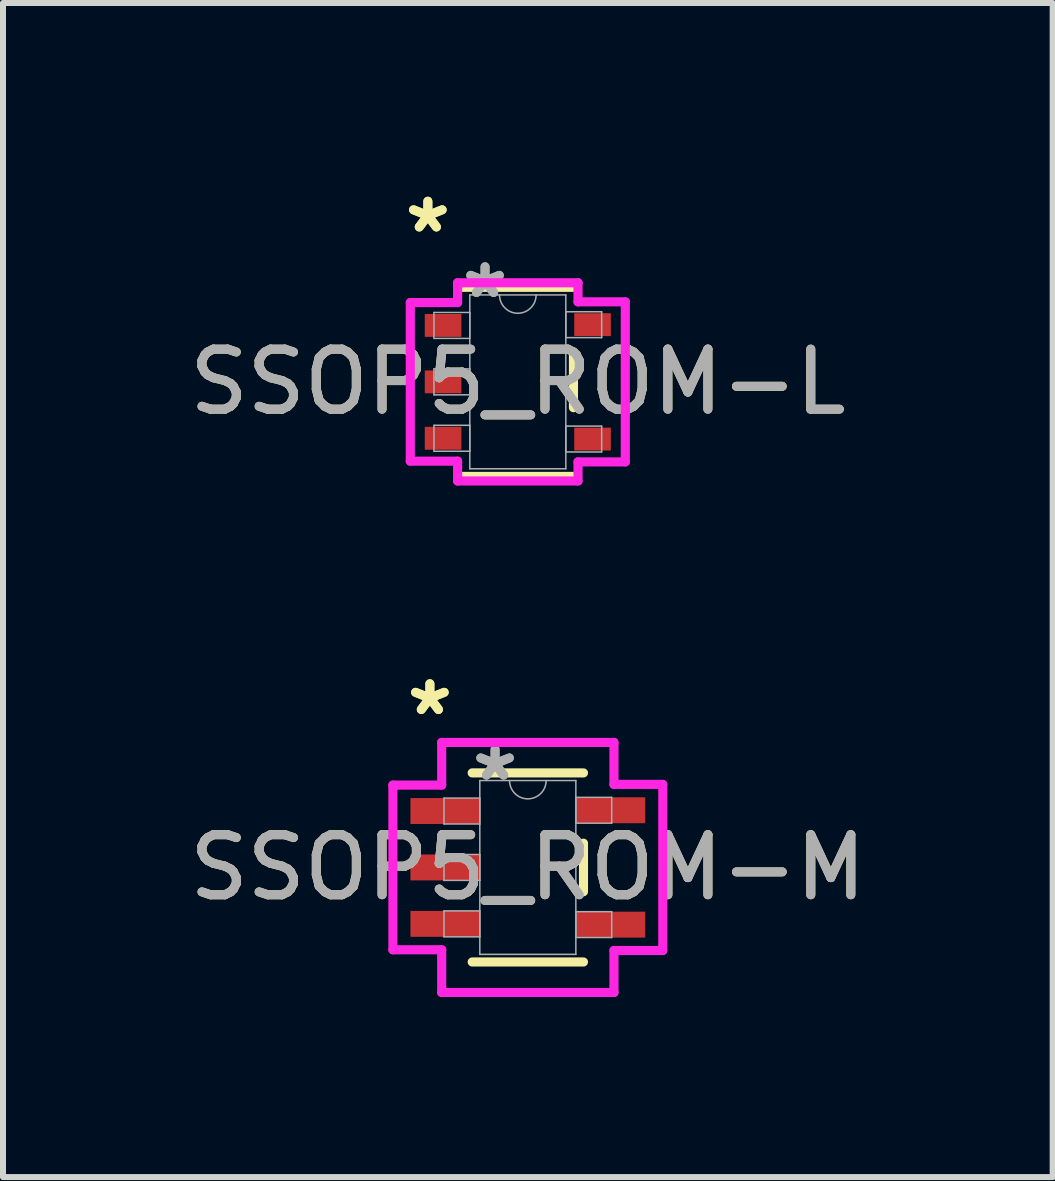
<source format=kicad_pcb>
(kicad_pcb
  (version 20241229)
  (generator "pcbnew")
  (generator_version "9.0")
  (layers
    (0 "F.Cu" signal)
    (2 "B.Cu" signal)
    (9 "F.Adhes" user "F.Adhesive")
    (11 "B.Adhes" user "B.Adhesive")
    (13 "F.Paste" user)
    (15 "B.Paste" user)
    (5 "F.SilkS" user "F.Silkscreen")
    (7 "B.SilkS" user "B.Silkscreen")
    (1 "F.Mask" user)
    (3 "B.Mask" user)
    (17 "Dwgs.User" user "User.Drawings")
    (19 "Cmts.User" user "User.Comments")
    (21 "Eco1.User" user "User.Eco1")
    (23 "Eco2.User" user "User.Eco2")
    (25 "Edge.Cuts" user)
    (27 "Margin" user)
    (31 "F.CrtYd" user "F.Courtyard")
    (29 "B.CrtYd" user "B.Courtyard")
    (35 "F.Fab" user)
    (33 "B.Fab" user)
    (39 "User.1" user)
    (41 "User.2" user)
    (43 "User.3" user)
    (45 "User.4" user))
  (footprint "SSOP5_ROM-L"
    (layer "F.Cu")
    (at 5.577 3.312)
    (property "Reference" "SSOP5_ROM-L" (at 0 0 0) (unlocked yes) (layer "F.SilkS") (effects (font (size 1 1) (thickness 0.15))))
    (attr smd)
    (fp_line (start -0.927 1.575) (end 0.927 1.575) (stroke (width 0.152) (type solid)) (layer "F.SilkS"))
    (fp_line (start 0.927 -1.575) (end -0.927 -1.575) (stroke (width 0.152) (type solid)) (layer "F.SilkS"))
    (fp_line (start 0.927 0.43) (end 0.927 -0.43) (stroke (width 0.152) (type solid)) (layer "F.SilkS"))
    (fp_line (start -1.791 -1.321) (end -1.003 -1.321) (stroke (width 0.152) (type solid)) (layer "F.CrtYd"))
    (fp_line (start -1.791 1.321) (end -1.791 -1.321) (stroke (width 0.152) (type solid)) (layer "F.CrtYd"))
    (fp_line (start -1.003 -1.651) (end 1.003 -1.651) (stroke (width 0.152) (type solid)) (layer "F.CrtYd"))
    (fp_line (start -1.003 -1.321) (end -1.003 -1.651) (stroke (width 0.152) (type solid)) (layer "F.CrtYd"))
    (fp_line (start -1.003 1.321) (end -1.791 1.321) (stroke (width 0.152) (type solid)) (layer "F.CrtYd"))
    (fp_line (start -1.003 1.651) (end -1.003 1.321) (stroke (width 0.152) (type solid)) (layer "F.CrtYd"))
    (fp_line (start 1.003 -1.651) (end 1.003 -1.333) (stroke (width 0.152) (type solid)) (layer "F.CrtYd"))
    (fp_line (start 1.003 -1.333) (end 1.791 -1.333) (stroke (width 0.152) (type solid)) (layer "F.CrtYd"))
    (fp_line (start 1.003 1.333) (end 1.003 1.651) (stroke (width 0.152) (type solid)) (layer "F.CrtYd"))
    (fp_line (start 1.003 1.651) (end -1.003 1.651) (stroke (width 0.152) (type solid)) (layer "F.CrtYd"))
    (fp_line (start 1.791 -1.333) (end 1.791 1.333) (stroke (width 0.152) (type solid)) (layer "F.CrtYd"))
    (fp_line (start 1.791 1.333) (end 1.003 1.333) (stroke (width 0.152) (type solid)) (layer "F.CrtYd"))
    (fp_line (start -1.397 -1.156) (end -1.397 -0.724) (stroke (width 0.025) (type solid)) (layer "F.Fab"))
    (fp_line (start -1.397 -0.724) (end -0.8 -0.724) (stroke (width 0.025) (type solid)) (layer "F.Fab"))
    (fp_line (start -1.397 -0.216) (end -1.397 0.216) (stroke (width 0.025) (type solid)) (layer "F.Fab"))
    (fp_line (start -1.397 0.216) (end -0.8 0.216) (stroke (width 0.025) (type solid)) (layer "F.Fab"))
    (fp_line (start -1.397 0.724) (end -1.397 1.156) (stroke (width 0.025) (type solid)) (layer "F.Fab"))
    (fp_line (start -1.397 1.156) (end -0.8 1.156) (stroke (width 0.025) (type solid)) (layer "F.Fab"))
    (fp_line (start -0.8 -1.448) (end -0.8 1.448) (stroke (width 0.025) (type solid)) (layer "F.Fab"))
    (fp_line (start -0.8 -1.156) (end -1.397 -1.156) (stroke (width 0.025) (type solid)) (layer "F.Fab"))
    (fp_line (start -0.8 -0.724) (end -0.8 -1.156) (stroke (width 0.025) (type solid)) (layer "F.Fab"))
    (fp_line (start -0.8 -0.216) (end -1.397 -0.216) (stroke (width 0.025) (type solid)) (layer "F.Fab"))
    (fp_line (start -0.8 0.216) (end -0.8 -0.216) (stroke (width 0.025) (type solid)) (layer "F.Fab"))
    (fp_line (start -0.8 0.724) (end -1.397 0.724) (stroke (width 0.025) (type solid)) (layer "F.Fab"))
    (fp_line (start -0.8 1.156) (end -0.8 0.724) (stroke (width 0.025) (type solid)) (layer "F.Fab"))
    (fp_line (start -0.8 1.448) (end 0.8 1.448) (stroke (width 0.025) (type solid)) (layer "F.Fab"))
    (fp_line (start 0.8 -1.448) (end -0.8 -1.448) (stroke (width 0.025) (type solid)) (layer "F.Fab"))
    (fp_line (start 0.8 -1.168) (end 0.8 -0.737) (stroke (width 0.025) (type solid)) (layer "F.Fab"))
    (fp_line (start 0.8 -0.737) (end 1.397 -0.737) (stroke (width 0.025) (type solid)) (layer "F.Fab"))
    (fp_line (start 0.8 0.737) (end 0.8 1.168) (stroke (width 0.025) (type solid)) (layer "F.Fab"))
    (fp_line (start 0.8 1.168) (end 1.397 1.168) (stroke (width 0.025) (type solid)) (layer "F.Fab"))
    (fp_line (start 0.8 1.448) (end 0.8 -1.448) (stroke (width 0.025) (type solid)) (layer "F.Fab"))
    (fp_line (start 1.397 -1.168) (end 0.8 -1.168) (stroke (width 0.025) (type solid)) (layer "F.Fab"))
    (fp_line (start 1.397 -0.737) (end 1.397 -1.168) (stroke (width 0.025) (type solid)) (layer "F.Fab"))
    (fp_line (start 1.397 0.737) (end 0.8 0.737) (stroke (width 0.025) (type solid)) (layer "F.Fab"))
    (fp_line (start 1.397 1.168) (end 1.397 0.737) (stroke (width 0.025) (type solid)) (layer "F.Fab"))
    (fp_arc (start 0.3048 -1.4478) (mid 0 -1.143) (end -0.3048 -1.4478) (stroke (width 0.0254) (type solid)) (layer "F.Fab"))
    (fp_text user "*" (at -1.499 -2.464 0) (unlocked yes) (layer "F.SilkS") (effects (font (size 1 1) (thickness 0.15))))
    (fp_text user "*" (at -1.499 -2.464 0) (layer "F.SilkS") (effects (font (size 1 1) (thickness 0.15))))
    (fp_text user "${REFERENCE}" (at 0 0 0) (unlocked yes) (layer "F.Fab") (effects (font (size 1 1) (thickness 0.15))))
    (fp_text user "*" (at -0.546 -1.372 0) (layer "F.Fab") (effects (font (size 1 1) (thickness 0.15))))
    (fp_text user "*" (at -0.546 -1.372 0) (unlocked yes) (layer "F.Fab") (effects (font (size 1 1) (thickness 0.15))))
    (pad "1" smd rect (at -1.245 -0.94) (size 0.61 0.381) (layers "F.Cu" "F.Mask" "F.Paste"))
    (pad "2" smd rect (at -1.245 0) (size 0.61 0.381) (layers "F.Cu" "F.Mask" "F.Paste"))
    (pad "3" smd rect (at -1.245 0.94) (size 0.61 0.381) (layers "F.Cu" "F.Mask" "F.Paste"))
    (pad "4" smd rect (at 1.245 0.953) (size 0.61 0.381) (layers "F.Cu" "F.Mask" "F.Paste"))
    (pad "5" smd rect (at 1.245 -0.953) (size 0.61 0.381) (layers "F.Cu" "F.Mask" "F.Paste")))
  (footprint "SSOP5_ROM-M"
    (layer "F.Cu")
    (at 5.744 11.402)
    (property "Reference" "SSOP5_ROM-M" (at 0 0 0) (unlocked yes) (layer "F.SilkS") (effects (font (size 1 1) (thickness 0.15))))
    (attr smd)
    (fp_line (start -0.927 1.575) (end 0.927 1.575) (stroke (width 0.152) (type solid)) (layer "F.SilkS"))
    (fp_line (start 0.927 -1.575) (end -0.927 -1.575) (stroke (width 0.152) (type solid)) (layer "F.SilkS"))
    (fp_line (start 0.927 0.404) (end 0.927 -0.404) (stroke (width 0.152) (type solid)) (layer "F.SilkS"))
    (fp_line (start -2.248 -1.372) (end -1.435 -1.372) (stroke (width 0.152) (type solid)) (layer "F.CrtYd"))
    (fp_line (start -2.248 1.372) (end -2.248 -1.372) (stroke (width 0.152) (type solid)) (layer "F.CrtYd"))
    (fp_line (start -1.435 -2.083) (end 1.435 -2.083) (stroke (width 0.152) (type solid)) (layer "F.CrtYd"))
    (fp_line (start -1.435 -1.372) (end -1.435 -2.083) (stroke (width 0.152) (type solid)) (layer "F.CrtYd"))
    (fp_line (start -1.435 1.372) (end -2.248 1.372) (stroke (width 0.152) (type solid)) (layer "F.CrtYd"))
    (fp_line (start -1.435 2.083) (end -1.435 1.372) (stroke (width 0.152) (type solid)) (layer "F.CrtYd"))
    (fp_line (start 1.435 -2.083) (end 1.435 -1.384) (stroke (width 0.152) (type solid)) (layer "F.CrtYd"))
    (fp_line (start 1.435 -1.384) (end 2.248 -1.384) (stroke (width 0.152) (type solid)) (layer "F.CrtYd"))
    (fp_line (start 1.435 1.384) (end 1.435 2.083) (stroke (width 0.152) (type solid)) (layer "F.CrtYd"))
    (fp_line (start 1.435 2.083) (end -1.435 2.083) (stroke (width 0.152) (type solid)) (layer "F.CrtYd"))
    (fp_line (start 2.248 -1.384) (end 2.248 1.384) (stroke (width 0.152) (type solid)) (layer "F.CrtYd"))
    (fp_line (start 2.248 1.384) (end 1.435 1.384) (stroke (width 0.152) (type solid)) (layer "F.CrtYd"))
    (fp_line (start -1.397 -1.156) (end -1.397 -0.724) (stroke (width 0.025) (type solid)) (layer "F.Fab"))
    (fp_line (start -1.397 -0.724) (end -0.8 -0.724) (stroke (width 0.025) (type solid)) (layer "F.Fab"))
    (fp_line (start -1.397 -0.216) (end -1.397 0.216) (stroke (width 0.025) (type solid)) (layer "F.Fab"))
    (fp_line (start -1.397 0.216) (end -0.8 0.216) (stroke (width 0.025) (type solid)) (layer "F.Fab"))
    (fp_line (start -1.397 0.724) (end -1.397 1.156) (stroke (width 0.025) (type solid)) (layer "F.Fab"))
    (fp_line (start -1.397 1.156) (end -0.8 1.156) (stroke (width 0.025) (type solid)) (layer "F.Fab"))
    (fp_line (start -0.8 -1.448) (end -0.8 1.448) (stroke (width 0.025) (type solid)) (layer "F.Fab"))
    (fp_line (start -0.8 -1.156) (end -1.397 -1.156) (stroke (width 0.025) (type solid)) (layer "F.Fab"))
    (fp_line (start -0.8 -0.724) (end -0.8 -1.156) (stroke (width 0.025) (type solid)) (layer "F.Fab"))
    (fp_line (start -0.8 -0.216) (end -1.397 -0.216) (stroke (width 0.025) (type solid)) (layer "F.Fab"))
    (fp_line (start -0.8 0.216) (end -0.8 -0.216) (stroke (width 0.025) (type solid)) (layer "F.Fab"))
    (fp_line (start -0.8 0.724) (end -1.397 0.724) (stroke (width 0.025) (type solid)) (layer "F.Fab"))
    (fp_line (start -0.8 1.156) (end -0.8 0.724) (stroke (width 0.025) (type solid)) (layer "F.Fab"))
    (fp_line (start -0.8 1.448) (end 0.8 1.448) (stroke (width 0.025) (type solid)) (layer "F.Fab"))
    (fp_line (start 0.8 -1.448) (end -0.8 -1.448) (stroke (width 0.025) (type solid)) (layer "F.Fab"))
    (fp_line (start 0.8 -1.168) (end 0.8 -0.737) (stroke (width 0.025) (type solid)) (layer "F.Fab"))
    (fp_line (start 0.8 -0.737) (end 1.397 -0.737) (stroke (width 0.025) (type solid)) (layer "F.Fab"))
    (fp_line (start 0.8 0.737) (end 0.8 1.168) (stroke (width 0.025) (type solid)) (layer "F.Fab"))
    (fp_line (start 0.8 1.168) (end 1.397 1.168) (stroke (width 0.025) (type solid)) (layer "F.Fab"))
    (fp_line (start 0.8 1.448) (end 0.8 -1.448) (stroke (width 0.025) (type solid)) (layer "F.Fab"))
    (fp_line (start 1.397 -1.168) (end 0.8 -1.168) (stroke (width 0.025) (type solid)) (layer "F.Fab"))
    (fp_line (start 1.397 -0.737) (end 1.397 -1.168) (stroke (width 0.025) (type solid)) (layer "F.Fab"))
    (fp_line (start 1.397 0.737) (end 0.8 0.737) (stroke (width 0.025) (type solid)) (layer "F.Fab"))
    (fp_line (start 1.397 1.168) (end 1.397 0.737) (stroke (width 0.025) (type solid)) (layer "F.Fab"))
    (fp_arc (start 0.3048 -1.4478) (mid 0 -1.143) (end -0.3048 -1.4478) (stroke (width 0.0254) (type solid)) (layer "F.Fab"))
    (fp_text user "*" (at -1.632 -2.515 0) (layer "F.SilkS") (effects (font (size 1 1) (thickness 0.15))))
    (fp_text user "*" (at -1.632 -2.515 0) (unlocked yes) (layer "F.SilkS") (effects (font (size 1 1) (thickness 0.15))))
    (fp_text user "*" (at -0.546 -1.422 0) (layer "F.Fab") (effects (font (size 1 1) (thickness 0.15))))
    (fp_text user "${REFERENCE}" (at 0 0 0) (unlocked yes) (layer "F.Fab") (effects (font (size 1 1) (thickness 0.15))))
    (fp_text user "*" (at -0.546 -1.422 0) (unlocked yes) (layer "F.Fab") (effects (font (size 1 1) (thickness 0.15))))
    (pad "1" smd rect (at -1.378 -0.94) (size 1.156 0.432) (layers "F.Cu" "F.Mask" "F.Paste"))
    (pad "2" smd rect (at -1.378 0) (size 1.156 0.432) (layers "F.Cu" "F.Mask" "F.Paste"))
    (pad "3" smd rect (at -1.378 0.94) (size 1.156 0.432) (layers "F.Cu" "F.Mask" "F.Paste"))
    (pad "4" smd rect (at 1.378 0.953) (size 1.156 0.432) (layers "F.Cu" "F.Mask" "F.Paste"))
    (pad "5" smd rect (at 1.378 -0.953) (size 1.156 0.432) (layers "F.Cu" "F.Mask" "F.Paste")))
  (gr_rect
    (start -3 -3)
    (end 14.488 16.561)
    (stroke (width 0.1) (type default))
    (fill no)
    (layer "Edge.Cuts")))
</source>
